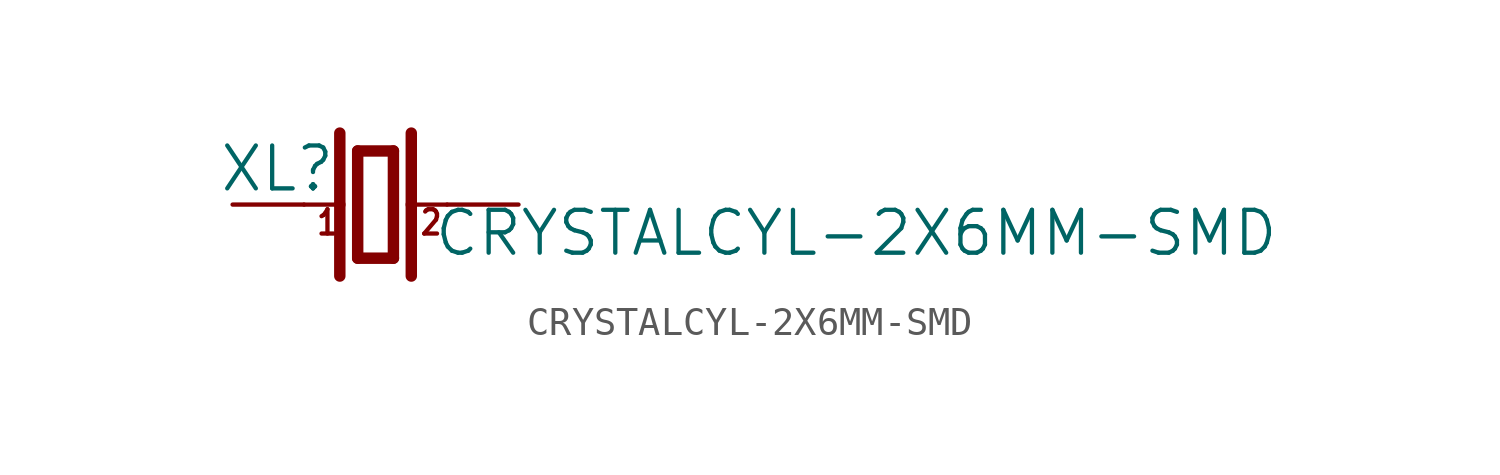
<source format=kicad_sym>
(kicad_symbol_lib
  (version 20211014)
  (generator kicad_symbol_editor)
  (symbol "CRYSTALCYL-2X6MM-SMD"
    (property "Reference" "XL"
      (at -5.588 0.381 0)
      (effects (font (size 1.524 1.524)) (justify left bottom)))
    (property "Value" "CRYSTALCYL-2X6MM-SMD"
      (at 2.032 -1.905 0)
      (effects (font (size 1.524 1.524)) (justify left bottom)))
    (property "ki_locked" ""
      (at 0 0 0)
      (effects (font (size 1.27 1.27))))
    (symbol "CRYSTALCYL-2X6MM-SMD_1_0"
      (polyline (pts (xy -2.54 0) (xy -1.27 0)) (stroke (width 0.152) (type default) (color 0 0 0 0)) (fill (type none)))
      (polyline (pts (xy -1.27 0) (xy -1.27 -2.54)) (stroke (width 0.406) (type default) (color 0 0 0 0)) (fill (type none)))
      (polyline (pts (xy -1.27 2.54) (xy -1.27 0)) (stroke (width 0.406) (type default) (color 0 0 0 0)) (fill (type none)))
      (polyline (pts (xy -0.635 -1.905) (xy 0.635 -1.905)) (stroke (width 0.406) (type default) (color 0 0 0 0)) (fill (type none)))
      (polyline (pts (xy -0.635 1.905) (xy -0.635 -1.905)) (stroke (width 0.406) (type default) (color 0 0 0 0)) (fill (type none)))
      (polyline (pts (xy 0.635 -1.905) (xy 0.635 1.905)) (stroke (width 0.406) (type default) (color 0 0 0 0)) (fill (type none)))
      (polyline (pts (xy 0.635 1.905) (xy -0.635 1.905)) (stroke (width 0.406) (type default) (color 0 0 0 0)) (fill (type none)))
      (polyline (pts (xy 1.27 0) (xy 1.27 -2.54)) (stroke (width 0.406) (type default) (color 0 0 0 0)) (fill (type none)))
      (polyline (pts (xy 1.27 0) (xy 2.54 0)) (stroke (width 0.152) (type default) (color 0 0 0 0)) (fill (type none)))
      (polyline (pts (xy 1.27 2.54) (xy 1.27 0)) (stroke (width 0.406) (type default) (color 0 0 0 0)) (fill (type none)))
      (text "1" (at -2.159 -1.143 0) (effects (font (size 0.864 0.734)) (justify left bottom)))
      (text "2" (at 1.524 -1.143 0) (effects (font (size 0.864 0.734)) (justify left bottom)))
      (pin passive line (at -5.08 0 0) (length 2.54) (name "1" (effects (font (size 0 0)))) (number "1" (effects (font (size 0 0)))))
      (pin passive line (at 5.08 0 180) (length 2.54) (name "2" (effects (font (size 0 0)))) (number "2" (effects (font (size 0 0))))))))
</source>
